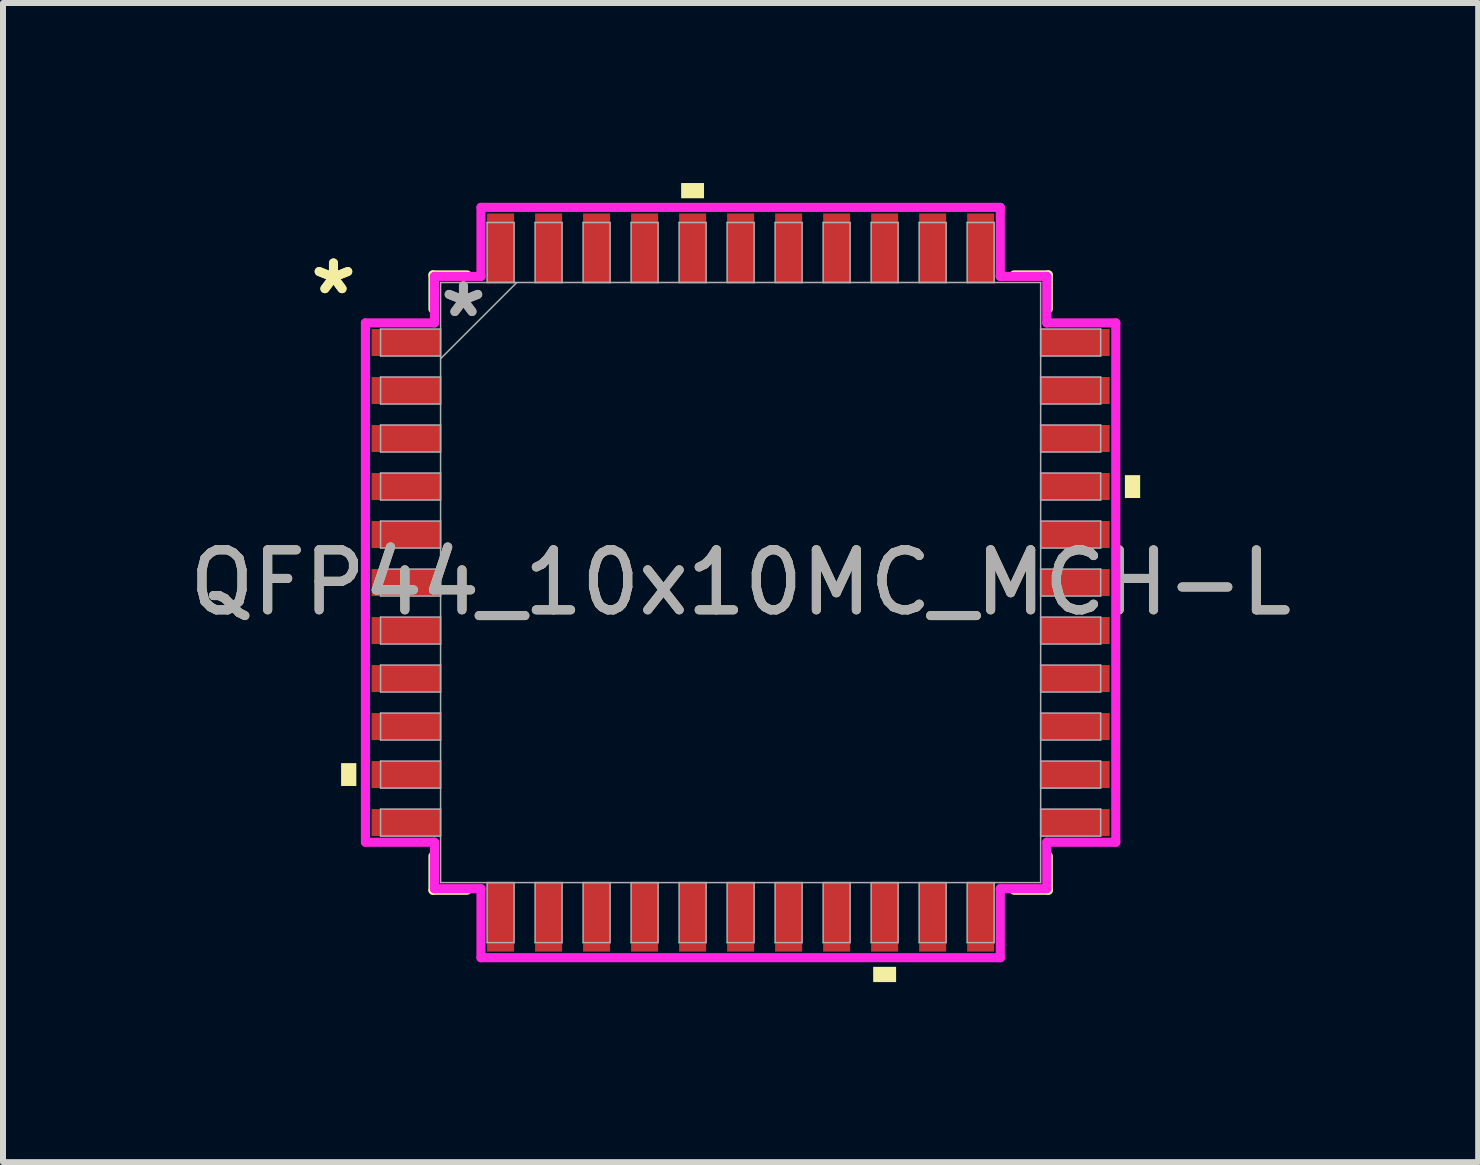
<source format=kicad_pcb>
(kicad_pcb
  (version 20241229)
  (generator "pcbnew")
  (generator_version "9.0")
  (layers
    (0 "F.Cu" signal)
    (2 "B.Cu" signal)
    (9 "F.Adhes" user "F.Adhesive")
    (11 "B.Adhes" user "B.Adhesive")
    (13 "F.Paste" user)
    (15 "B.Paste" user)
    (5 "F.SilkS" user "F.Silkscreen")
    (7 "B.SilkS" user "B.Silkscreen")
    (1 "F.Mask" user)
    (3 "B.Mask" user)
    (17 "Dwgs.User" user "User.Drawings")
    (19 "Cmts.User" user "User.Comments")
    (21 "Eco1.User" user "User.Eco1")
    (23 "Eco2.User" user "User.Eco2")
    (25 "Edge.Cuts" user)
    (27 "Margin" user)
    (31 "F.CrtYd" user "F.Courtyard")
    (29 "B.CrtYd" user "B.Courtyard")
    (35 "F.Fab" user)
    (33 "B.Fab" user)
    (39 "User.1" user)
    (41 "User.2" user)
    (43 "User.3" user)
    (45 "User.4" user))
  (footprint "QFP44_10x10MC_MCH-L"
    (layer "F.Cu")
    (at 9.292 6.658)
    (property "Reference" "QFP44_10x10MC_MCH-L" (at 0 0 0) (unlocked yes) (layer "F.SilkS") (effects (font (size 1 1) (thickness 0.15))))
    (attr smd)
    (fp_line (start -5.127 -5.127) (end -5.127 -4.558) (stroke (width 0.152) (type solid)) (layer "F.SilkS"))
    (fp_line (start -5.127 4.558) (end -5.127 5.127) (stroke (width 0.152) (type solid)) (layer "F.SilkS"))
    (fp_line (start -5.127 5.127) (end -4.558 5.127) (stroke (width 0.152) (type solid)) (layer "F.SilkS"))
    (fp_line (start -4.558 -5.127) (end -5.127 -5.127) (stroke (width 0.152) (type solid)) (layer "F.SilkS"))
    (fp_line (start 4.558 5.127) (end 5.127 5.127) (stroke (width 0.152) (type solid)) (layer "F.SilkS"))
    (fp_line (start 5.127 -5.127) (end 4.558 -5.127) (stroke (width 0.152) (type solid)) (layer "F.SilkS"))
    (fp_line (start 5.127 -4.558) (end 5.127 -5.127) (stroke (width 0.152) (type solid)) (layer "F.SilkS"))
    (fp_line (start 5.127 5.127) (end 5.127 4.558) (stroke (width 0.152) (type solid)) (layer "F.SilkS"))
    (fp_poly (pts (xy -6.658 3.009) (xy -6.658 3.39) (xy -6.404 3.39) (xy -6.404 3.009)) (stroke (width 0) (type solid)) (fill yes) (layer "F.SilkS"))
    (fp_poly (pts (xy -0.991 -6.404) (xy -0.991 -6.658) (xy -0.61 -6.658) (xy -0.61 -6.404)) (stroke (width 0) (type solid)) (fill yes) (layer "F.SilkS"))
    (fp_poly (pts (xy 2.209 6.404) (xy 2.209 6.658) (xy 2.591 6.658) (xy 2.591 6.404)) (stroke (width 0) (type solid)) (fill yes) (layer "F.SilkS"))
    (fp_poly (pts (xy 6.658 -1.79) (xy 6.658 -1.409) (xy 6.404 -1.409) (xy 6.404 -1.79)) (stroke (width 0) (type solid)) (fill yes) (layer "F.SilkS"))
    (fp_line (start -6.252 -4.327) (end -5.102 -4.327) (stroke (width 0.152) (type solid)) (layer "F.CrtYd"))
    (fp_line (start -6.252 4.327) (end -6.252 -4.327) (stroke (width 0.152) (type solid)) (layer "F.CrtYd"))
    (fp_line (start -5.102 -5.102) (end -4.327 -5.102) (stroke (width 0.152) (type solid)) (layer "F.CrtYd"))
    (fp_line (start -5.102 -4.327) (end -5.102 -5.102) (stroke (width 0.152) (type solid)) (layer "F.CrtYd"))
    (fp_line (start -5.102 4.327) (end -6.252 4.327) (stroke (width 0.152) (type solid)) (layer "F.CrtYd"))
    (fp_line (start -5.102 5.102) (end -5.102 4.327) (stroke (width 0.152) (type solid)) (layer "F.CrtYd"))
    (fp_line (start -5.102 5.102) (end -4.327 5.102) (stroke (width 0.152) (type solid)) (layer "F.CrtYd"))
    (fp_line (start -4.327 -6.252) (end 4.327 -6.252) (stroke (width 0.152) (type solid)) (layer "F.CrtYd"))
    (fp_line (start -4.327 -5.102) (end -4.327 -6.252) (stroke (width 0.152) (type solid)) (layer "F.CrtYd"))
    (fp_line (start -4.327 5.102) (end -4.327 6.252) (stroke (width 0.152) (type solid)) (layer "F.CrtYd"))
    (fp_line (start -4.327 6.252) (end 4.327 6.252) (stroke (width 0.152) (type solid)) (layer "F.CrtYd"))
    (fp_line (start 4.327 -6.252) (end 4.327 -5.102) (stroke (width 0.152) (type solid)) (layer "F.CrtYd"))
    (fp_line (start 4.327 -5.102) (end 5.102 -5.102) (stroke (width 0.152) (type solid)) (layer "F.CrtYd"))
    (fp_line (start 4.327 5.102) (end 5.102 5.102) (stroke (width 0.152) (type solid)) (layer "F.CrtYd"))
    (fp_line (start 4.327 6.252) (end 4.327 5.102) (stroke (width 0.152) (type solid)) (layer "F.CrtYd"))
    (fp_line (start 5.102 -4.327) (end 5.102 -5.102) (stroke (width 0.152) (type solid)) (layer "F.CrtYd"))
    (fp_line (start 5.102 4.327) (end 6.252 4.327) (stroke (width 0.152) (type solid)) (layer "F.CrtYd"))
    (fp_line (start 5.102 5.102) (end 5.102 4.327) (stroke (width 0.152) (type solid)) (layer "F.CrtYd"))
    (fp_line (start 6.252 -4.327) (end 5.102 -4.327) (stroke (width 0.152) (type solid)) (layer "F.CrtYd"))
    (fp_line (start 6.252 4.327) (end 6.252 -4.327) (stroke (width 0.152) (type solid)) (layer "F.CrtYd"))
    (fp_line (start -6 -4.225) (end -6 -3.775) (stroke (width 0.025) (type solid)) (layer "F.Fab"))
    (fp_line (start -6 -3.775) (end -5 -3.775) (stroke (width 0.025) (type solid)) (layer "F.Fab"))
    (fp_line (start -6 -3.425) (end -6 -2.975) (stroke (width 0.025) (type solid)) (layer "F.Fab"))
    (fp_line (start -6 -2.975) (end -5 -2.975) (stroke (width 0.025) (type solid)) (layer "F.Fab"))
    (fp_line (start -6 -2.625) (end -6 -2.175) (stroke (width 0.025) (type solid)) (layer "F.Fab"))
    (fp_line (start -6 -2.175) (end -5 -2.175) (stroke (width 0.025) (type solid)) (layer "F.Fab"))
    (fp_line (start -6 -1.825) (end -6 -1.375) (stroke (width 0.025) (type solid)) (layer "F.Fab"))
    (fp_line (start -6 -1.375) (end -5 -1.375) (stroke (width 0.025) (type solid)) (layer "F.Fab"))
    (fp_line (start -6 -1.025) (end -6 -0.575) (stroke (width 0.025) (type solid)) (layer "F.Fab"))
    (fp_line (start -6 -0.575) (end -5 -0.575) (stroke (width 0.025) (type solid)) (layer "F.Fab"))
    (fp_line (start -6 -0.225) (end -6 0.225) (stroke (width 0.025) (type solid)) (layer "F.Fab"))
    (fp_line (start -6 0.225) (end -5 0.225) (stroke (width 0.025) (type solid)) (layer "F.Fab"))
    (fp_line (start -6 0.575) (end -6 1.025) (stroke (width 0.025) (type solid)) (layer "F.Fab"))
    (fp_line (start -6 1.025) (end -5 1.025) (stroke (width 0.025) (type solid)) (layer "F.Fab"))
    (fp_line (start -6 1.375) (end -6 1.825) (stroke (width 0.025) (type solid)) (layer "F.Fab"))
    (fp_line (start -6 1.825) (end -5 1.825) (stroke (width 0.025) (type solid)) (layer "F.Fab"))
    (fp_line (start -6 2.175) (end -6 2.625) (stroke (width 0.025) (type solid)) (layer "F.Fab"))
    (fp_line (start -6 2.625) (end -5 2.625) (stroke (width 0.025) (type solid)) (layer "F.Fab"))
    (fp_line (start -6 2.975) (end -6 3.425) (stroke (width 0.025) (type solid)) (layer "F.Fab"))
    (fp_line (start -6 3.425) (end -5 3.425) (stroke (width 0.025) (type solid)) (layer "F.Fab"))
    (fp_line (start -6 3.775) (end -6 4.225) (stroke (width 0.025) (type solid)) (layer "F.Fab"))
    (fp_line (start -6 4.225) (end -5 4.225) (stroke (width 0.025) (type solid)) (layer "F.Fab"))
    (fp_line (start -5 -5) (end -5 5) (stroke (width 0.025) (type solid)) (layer "F.Fab"))
    (fp_line (start -5 -4.225) (end -6 -4.225) (stroke (width 0.025) (type solid)) (layer "F.Fab"))
    (fp_line (start -5 -3.775) (end -5 -4.225) (stroke (width 0.025) (type solid)) (layer "F.Fab"))
    (fp_line (start -5 -3.73) (end -3.73 -5) (stroke (width 0.025) (type solid)) (layer "F.Fab"))
    (fp_line (start -5 -3.425) (end -6 -3.425) (stroke (width 0.025) (type solid)) (layer "F.Fab"))
    (fp_line (start -5 -2.975) (end -5 -3.425) (stroke (width 0.025) (type solid)) (layer "F.Fab"))
    (fp_line (start -5 -2.625) (end -6 -2.625) (stroke (width 0.025) (type solid)) (layer "F.Fab"))
    (fp_line (start -5 -2.175) (end -5 -2.625) (stroke (width 0.025) (type solid)) (layer "F.Fab"))
    (fp_line (start -5 -1.825) (end -6 -1.825) (stroke (width 0.025) (type solid)) (layer "F.Fab"))
    (fp_line (start -5 -1.375) (end -5 -1.825) (stroke (width 0.025) (type solid)) (layer "F.Fab"))
    (fp_line (start -5 -1.025) (end -6 -1.025) (stroke (width 0.025) (type solid)) (layer "F.Fab"))
    (fp_line (start -5 -0.575) (end -5 -1.025) (stroke (width 0.025) (type solid)) (layer "F.Fab"))
    (fp_line (start -5 -0.225) (end -6 -0.225) (stroke (width 0.025) (type solid)) (layer "F.Fab"))
    (fp_line (start -5 0.225) (end -5 -0.225) (stroke (width 0.025) (type solid)) (layer "F.Fab"))
    (fp_line (start -5 0.575) (end -6 0.575) (stroke (width 0.025) (type solid)) (layer "F.Fab"))
    (fp_line (start -5 1.025) (end -5 0.575) (stroke (width 0.025) (type solid)) (layer "F.Fab"))
    (fp_line (start -5 1.375) (end -6 1.375) (stroke (width 0.025) (type solid)) (layer "F.Fab"))
    (fp_line (start -5 1.825) (end -5 1.375) (stroke (width 0.025) (type solid)) (layer "F.Fab"))
    (fp_line (start -5 2.175) (end -6 2.175) (stroke (width 0.025) (type solid)) (layer "F.Fab"))
    (fp_line (start -5 2.625) (end -5 2.175) (stroke (width 0.025) (type solid)) (layer "F.Fab"))
    (fp_line (start -5 2.975) (end -6 2.975) (stroke (width 0.025) (type solid)) (layer "F.Fab"))
    (fp_line (start -5 3.425) (end -5 2.975) (stroke (width 0.025) (type solid)) (layer "F.Fab"))
    (fp_line (start -5 3.775) (end -6 3.775) (stroke (width 0.025) (type solid)) (layer "F.Fab"))
    (fp_line (start -5 4.225) (end -5 3.775) (stroke (width 0.025) (type solid)) (layer "F.Fab"))
    (fp_line (start -5 5) (end 5 5) (stroke (width 0.025) (type solid)) (layer "F.Fab"))
    (fp_line (start -4.225 5) (end -4.225 6) (stroke (width 0.025) (type solid)) (layer "F.Fab"))
    (fp_line (start -4.225 6) (end -3.775 6) (stroke (width 0.025) (type solid)) (layer "F.Fab"))
    (fp_line (start -4.225 -6) (end -4.225 -5) (stroke (width 0.025) (type solid)) (layer "F.Fab"))
    (fp_line (start -4.225 -5) (end -3.775 -5) (stroke (width 0.025) (type solid)) (layer "F.Fab"))
    (fp_line (start -3.775 5) (end -4.225 5) (stroke (width 0.025) (type solid)) (layer "F.Fab"))
    (fp_line (start -3.775 6) (end -3.775 5) (stroke (width 0.025) (type solid)) (layer "F.Fab"))
    (fp_line (start -3.775 -6) (end -4.225 -6) (stroke (width 0.025) (type solid)) (layer "F.Fab"))
    (fp_line (start -3.775 -5) (end -3.775 -6) (stroke (width 0.025) (type solid)) (layer "F.Fab"))
    (fp_line (start -3.425 -6) (end -3.425 -5) (stroke (width 0.025) (type solid)) (layer "F.Fab"))
    (fp_line (start -3.425 -5) (end -2.975 -5) (stroke (width 0.025) (type solid)) (layer "F.Fab"))
    (fp_line (start -3.425 5) (end -3.425 6) (stroke (width 0.025) (type solid)) (layer "F.Fab"))
    (fp_line (start -3.425 6) (end -2.975 6) (stroke (width 0.025) (type solid)) (layer "F.Fab"))
    (fp_line (start -2.975 5) (end -3.425 5) (stroke (width 0.025) (type solid)) (layer "F.Fab"))
    (fp_line (start -2.975 6) (end -2.975 5) (stroke (width 0.025) (type solid)) (layer "F.Fab"))
    (fp_line (start -2.975 -6) (end -3.425 -6) (stroke (width 0.025) (type solid)) (layer "F.Fab"))
    (fp_line (start -2.975 -5) (end -2.975 -6) (stroke (width 0.025) (type solid)) (layer "F.Fab"))
    (fp_line (start -2.625 -6) (end -2.625 -5) (stroke (width 0.025) (type solid)) (layer "F.Fab"))
    (fp_line (start -2.625 -5) (end -2.175 -5) (stroke (width 0.025) (type solid)) (layer "F.Fab"))
    (fp_line (start -2.625 5) (end -2.625 6) (stroke (width 0.025) (type solid)) (layer "F.Fab"))
    (fp_line (start -2.625 6) (end -2.175 6) (stroke (width 0.025) (type solid)) (layer "F.Fab"))
    (fp_line (start -2.175 -6) (end -2.625 -6) (stroke (width 0.025) (type solid)) (layer "F.Fab"))
    (fp_line (start -2.175 -5) (end -2.175 -6) (stroke (width 0.025) (type solid)) (layer "F.Fab"))
    (fp_line (start -2.175 5) (end -2.625 5) (stroke (width 0.025) (type solid)) (layer "F.Fab"))
    (fp_line (start -2.175 6) (end -2.175 5) (stroke (width 0.025) (type solid)) (layer "F.Fab"))
    (fp_line (start -1.825 -6) (end -1.825 -5) (stroke (width 0.025) (type solid)) (layer "F.Fab"))
    (fp_line (start -1.825 -5) (end -1.375 -5) (stroke (width 0.025) (type solid)) (layer "F.Fab"))
    (fp_line (start -1.825 5) (end -1.825 6) (stroke (width 0.025) (type solid)) (layer "F.Fab"))
    (fp_line (start -1.825 6) (end -1.375 6) (stroke (width 0.025) (type solid)) (layer "F.Fab"))
    (fp_line (start -1.375 -6) (end -1.825 -6) (stroke (width 0.025) (type solid)) (layer "F.Fab"))
    (fp_line (start -1.375 -5) (end -1.375 -6) (stroke (width 0.025) (type solid)) (layer "F.Fab"))
    (fp_line (start -1.375 5) (end -1.825 5) (stroke (width 0.025) (type solid)) (layer "F.Fab"))
    (fp_line (start -1.375 6) (end -1.375 5) (stroke (width 0.025) (type solid)) (layer "F.Fab"))
    (fp_line (start -1.025 -6) (end -1.025 -5) (stroke (width 0.025) (type solid)) (layer "F.Fab"))
    (fp_line (start -1.025 -5) (end -0.575 -5) (stroke (width 0.025) (type solid)) (layer "F.Fab"))
    (fp_line (start -1.025 5) (end -1.025 6) (stroke (width 0.025) (type solid)) (layer "F.Fab"))
    (fp_line (start -1.025 6) (end -0.575 6) (stroke (width 0.025) (type solid)) (layer "F.Fab"))
    (fp_line (start -0.575 -6) (end -1.025 -6) (stroke (width 0.025) (type solid)) (layer "F.Fab"))
    (fp_line (start -0.575 -5) (end -0.575 -6) (stroke (width 0.025) (type solid)) (layer "F.Fab"))
    (fp_line (start -0.575 5) (end -1.025 5) (stroke (width 0.025) (type solid)) (layer "F.Fab"))
    (fp_line (start -0.575 6) (end -0.575 5) (stroke (width 0.025) (type solid)) (layer "F.Fab"))
    (fp_line (start -0.225 -6) (end -0.225 -5) (stroke (width 0.025) (type solid)) (layer "F.Fab"))
    (fp_line (start -0.225 -5) (end 0.225 -5) (stroke (width 0.025) (type solid)) (layer "F.Fab"))
    (fp_line (start -0.225 5) (end -0.225 6) (stroke (width 0.025) (type solid)) (layer "F.Fab"))
    (fp_line (start -0.225 6) (end 0.225 6) (stroke (width 0.025) (type solid)) (layer "F.Fab"))
    (fp_line (start 0.225 -6) (end -0.225 -6) (stroke (width 0.025) (type solid)) (layer "F.Fab"))
    (fp_line (start 0.225 -5) (end 0.225 -6) (stroke (width 0.025) (type solid)) (layer "F.Fab"))
    (fp_line (start 0.225 5) (end -0.225 5) (stroke (width 0.025) (type solid)) (layer "F.Fab"))
    (fp_line (start 0.225 6) (end 0.225 5) (stroke (width 0.025) (type solid)) (layer "F.Fab"))
    (fp_line (start 0.575 -6) (end 0.575 -5) (stroke (width 0.025) (type solid)) (layer "F.Fab"))
    (fp_line (start 0.575 -5) (end 1.025 -5) (stroke (width 0.025) (type solid)) (layer "F.Fab"))
    (fp_line (start 0.575 5) (end 0.575 6) (stroke (width 0.025) (type solid)) (layer "F.Fab"))
    (fp_line (start 0.575 6) (end 1.025 6) (stroke (width 0.025) (type solid)) (layer "F.Fab"))
    (fp_line (start 1.025 -6) (end 0.575 -6) (stroke (width 0.025) (type solid)) (layer "F.Fab"))
    (fp_line (start 1.025 -5) (end 1.025 -6) (stroke (width 0.025) (type solid)) (layer "F.Fab"))
    (fp_line (start 1.025 5) (end 0.575 5) (stroke (width 0.025) (type solid)) (layer "F.Fab"))
    (fp_line (start 1.025 6) (end 1.025 5) (stroke (width 0.025) (type solid)) (layer "F.Fab"))
    (fp_line (start 1.375 -6) (end 1.375 -5) (stroke (width 0.025) (type solid)) (layer "F.Fab"))
    (fp_line (start 1.375 -5) (end 1.825 -5) (stroke (width 0.025) (type solid)) (layer "F.Fab"))
    (fp_line (start 1.375 5) (end 1.375 6) (stroke (width 0.025) (type solid)) (layer "F.Fab"))
    (fp_line (start 1.375 6) (end 1.825 6) (stroke (width 0.025) (type solid)) (layer "F.Fab"))
    (fp_line (start 1.825 -6) (end 1.375 -6) (stroke (width 0.025) (type solid)) (layer "F.Fab"))
    (fp_line (start 1.825 -5) (end 1.825 -6) (stroke (width 0.025) (type solid)) (layer "F.Fab"))
    (fp_line (start 1.825 5) (end 1.375 5) (stroke (width 0.025) (type solid)) (layer "F.Fab"))
    (fp_line (start 1.825 6) (end 1.825 5) (stroke (width 0.025) (type solid)) (layer "F.Fab"))
    (fp_line (start 2.175 -6) (end 2.175 -5) (stroke (width 0.025) (type solid)) (layer "F.Fab"))
    (fp_line (start 2.175 -5) (end 2.625 -5) (stroke (width 0.025) (type solid)) (layer "F.Fab"))
    (fp_line (start 2.175 5) (end 2.175 6) (stroke (width 0.025) (type solid)) (layer "F.Fab"))
    (fp_line (start 2.175 6) (end 2.625 6) (stroke (width 0.025) (type solid)) (layer "F.Fab"))
    (fp_line (start 2.625 -6) (end 2.175 -6) (stroke (width 0.025) (type solid)) (layer "F.Fab"))
    (fp_line (start 2.625 -5) (end 2.625 -6) (stroke (width 0.025) (type solid)) (layer "F.Fab"))
    (fp_line (start 2.625 5) (end 2.175 5) (stroke (width 0.025) (type solid)) (layer "F.Fab"))
    (fp_line (start 2.625 6) (end 2.625 5) (stroke (width 0.025) (type solid)) (layer "F.Fab"))
    (fp_line (start 2.975 5) (end 2.975 6) (stroke (width 0.025) (type solid)) (layer "F.Fab"))
    (fp_line (start 2.975 6) (end 3.425 6) (stroke (width 0.025) (type solid)) (layer "F.Fab"))
    (fp_line (start 2.975 -6) (end 2.975 -5) (stroke (width 0.025) (type solid)) (layer "F.Fab"))
    (fp_line (start 2.975 -5) (end 3.425 -5) (stroke (width 0.025) (type solid)) (layer "F.Fab"))
    (fp_line (start 3.425 -6) (end 2.975 -6) (stroke (width 0.025) (type solid)) (layer "F.Fab"))
    (fp_line (start 3.425 -5) (end 3.425 -6) (stroke (width 0.025) (type solid)) (layer "F.Fab"))
    (fp_line (start 3.425 5) (end 2.975 5) (stroke (width 0.025) (type solid)) (layer "F.Fab"))
    (fp_line (start 3.425 6) (end 3.425 5) (stroke (width 0.025) (type solid)) (layer "F.Fab"))
    (fp_line (start 3.775 5) (end 3.775 6) (stroke (width 0.025) (type solid)) (layer "F.Fab"))
    (fp_line (start 3.775 6) (end 4.225 6) (stroke (width 0.025) (type solid)) (layer "F.Fab"))
    (fp_line (start 3.775 -6) (end 3.775 -5) (stroke (width 0.025) (type solid)) (layer "F.Fab"))
    (fp_line (start 3.775 -5) (end 4.225 -5) (stroke (width 0.025) (type solid)) (layer "F.Fab"))
    (fp_line (start 4.225 5) (end 3.775 5) (stroke (width 0.025) (type solid)) (layer "F.Fab"))
    (fp_line (start 4.225 6) (end 4.225 5) (stroke (width 0.025) (type solid)) (layer "F.Fab"))
    (fp_line (start 4.225 -6) (end 3.775 -6) (stroke (width 0.025) (type solid)) (layer "F.Fab"))
    (fp_line (start 4.225 -5) (end 4.225 -6) (stroke (width 0.025) (type solid)) (layer "F.Fab"))
    (fp_line (start 5 -5) (end -5 -5) (stroke (width 0.025) (type solid)) (layer "F.Fab"))
    (fp_line (start 5 -4.225) (end 5 -3.775) (stroke (width 0.025) (type solid)) (layer "F.Fab"))
    (fp_line (start 5 -3.775) (end 6 -3.775) (stroke (width 0.025) (type solid)) (layer "F.Fab"))
    (fp_line (start 5 -3.425) (end 5 -2.975) (stroke (width 0.025) (type solid)) (layer "F.Fab"))
    (fp_line (start 5 -2.975) (end 6 -2.975) (stroke (width 0.025) (type solid)) (layer "F.Fab"))
    (fp_line (start 5 -2.625) (end 5 -2.175) (stroke (width 0.025) (type solid)) (layer "F.Fab"))
    (fp_line (start 5 -2.175) (end 6 -2.175) (stroke (width 0.025) (type solid)) (layer "F.Fab"))
    (fp_line (start 5 -1.825) (end 5 -1.375) (stroke (width 0.025) (type solid)) (layer "F.Fab"))
    (fp_line (start 5 -1.375) (end 6 -1.375) (stroke (width 0.025) (type solid)) (layer "F.Fab"))
    (fp_line (start 5 -1.025) (end 5 -0.575) (stroke (width 0.025) (type solid)) (layer "F.Fab"))
    (fp_line (start 5 -0.575) (end 6 -0.575) (stroke (width 0.025) (type solid)) (layer "F.Fab"))
    (fp_line (start 5 -0.225) (end 5 0.225) (stroke (width 0.025) (type solid)) (layer "F.Fab"))
    (fp_line (start 5 0.225) (end 6 0.225) (stroke (width 0.025) (type solid)) (layer "F.Fab"))
    (fp_line (start 5 0.575) (end 5 1.025) (stroke (width 0.025) (type solid)) (layer "F.Fab"))
    (fp_line (start 5 1.025) (end 6 1.025) (stroke (width 0.025) (type solid)) (layer "F.Fab"))
    (fp_line (start 5 1.375) (end 5 1.825) (stroke (width 0.025) (type solid)) (layer "F.Fab"))
    (fp_line (start 5 1.825) (end 6 1.825) (stroke (width 0.025) (type solid)) (layer "F.Fab"))
    (fp_line (start 5 2.175) (end 5 2.625) (stroke (width 0.025) (type solid)) (layer "F.Fab"))
    (fp_line (start 5 2.625) (end 6 2.625) (stroke (width 0.025) (type solid)) (layer "F.Fab"))
    (fp_line (start 5 2.975) (end 5 3.425) (stroke (width 0.025) (type solid)) (layer "F.Fab"))
    (fp_line (start 5 3.425) (end 6 3.425) (stroke (width 0.025) (type solid)) (layer "F.Fab"))
    (fp_line (start 5 3.775) (end 5 4.225) (stroke (width 0.025) (type solid)) (layer "F.Fab"))
    (fp_line (start 5 4.225) (end 6 4.225) (stroke (width 0.025) (type solid)) (layer "F.Fab"))
    (fp_line (start 5 5) (end 5 -5) (stroke (width 0.025) (type solid)) (layer "F.Fab"))
    (fp_line (start 6 -4.225) (end 5 -4.225) (stroke (width 0.025) (type solid)) (layer "F.Fab"))
    (fp_line (start 6 -3.775) (end 6 -4.225) (stroke (width 0.025) (type solid)) (layer "F.Fab"))
    (fp_line (start 6 -3.425) (end 5 -3.425) (stroke (width 0.025) (type solid)) (layer "F.Fab"))
    (fp_line (start 6 -2.975) (end 6 -3.425) (stroke (width 0.025) (type solid)) (layer "F.Fab"))
    (fp_line (start 6 -2.625) (end 5 -2.625) (stroke (width 0.025) (type solid)) (layer "F.Fab"))
    (fp_line (start 6 -2.175) (end 6 -2.625) (stroke (width 0.025) (type solid)) (layer "F.Fab"))
    (fp_line (start 6 -1.825) (end 5 -1.825) (stroke (width 0.025) (type solid)) (layer "F.Fab"))
    (fp_line (start 6 -1.375) (end 6 -1.825) (stroke (width 0.025) (type solid)) (layer "F.Fab"))
    (fp_line (start 6 -1.025) (end 5 -1.025) (stroke (width 0.025) (type solid)) (layer "F.Fab"))
    (fp_line (start 6 -0.575) (end 6 -1.025) (stroke (width 0.025) (type solid)) (layer "F.Fab"))
    (fp_line (start 6 -0.225) (end 5 -0.225) (stroke (width 0.025) (type solid)) (layer "F.Fab"))
    (fp_line (start 6 0.225) (end 6 -0.225) (stroke (width 0.025) (type solid)) (layer "F.Fab"))
    (fp_line (start 6 0.575) (end 5 0.575) (stroke (width 0.025) (type solid)) (layer "F.Fab"))
    (fp_line (start 6 1.025) (end 6 0.575) (stroke (width 0.025) (type solid)) (layer "F.Fab"))
    (fp_line (start 6 1.375) (end 5 1.375) (stroke (width 0.025) (type solid)) (layer "F.Fab"))
    (fp_line (start 6 1.825) (end 6 1.375) (stroke (width 0.025) (type solid)) (layer "F.Fab"))
    (fp_line (start 6 2.175) (end 5 2.175) (stroke (width 0.025) (type solid)) (layer "F.Fab"))
    (fp_line (start 6 2.625) (end 6 2.175) (stroke (width 0.025) (type solid)) (layer "F.Fab"))
    (fp_line (start 6 2.975) (end 5 2.975) (stroke (width 0.025) (type solid)) (layer "F.Fab"))
    (fp_line (start 6 3.425) (end 6 2.975) (stroke (width 0.025) (type solid)) (layer "F.Fab"))
    (fp_line (start 6 3.775) (end 5 3.775) (stroke (width 0.025) (type solid)) (layer "F.Fab"))
    (fp_line (start 6 4.225) (end 6 3.775) (stroke (width 0.025) (type solid)) (layer "F.Fab"))
    (fp_text user "*" (at -6.785 -4.781 0) (unlocked yes) (layer "F.SilkS") (effects (font (size 1 1) (thickness 0.15))))
    (fp_text user "*" (at -6.785 -4.781 0) (layer "F.SilkS") (effects (font (size 1 1) (thickness 0.15))))
    (fp_text user "*" (at -4.619 -4.4 0) (unlocked yes) (layer "F.Fab") (effects (font (size 1 1) (thickness 0.15))))
    (fp_text user "*" (at -4.619 -4.4 0) (layer "F.Fab") (effects (font (size 1 1) (thickness 0.15))))
    (fp_text user "${REFERENCE}" (at 0 0 0) (unlocked yes) (layer "F.Fab") (effects (font (size 1 1) (thickness 0.15))))
    (pad "1" smd rect (at -5.575 -4 90) (size 0.45 1.15) (layers "F.Cu" "F.Mask" "F.Paste"))
    (pad "2" smd rect (at -5.575 -3.2 90) (size 0.45 1.15) (layers "F.Cu" "F.Mask" "F.Paste"))
    (pad "3" smd rect (at -5.575 -2.4 90) (size 0.45 1.15) (layers "F.Cu" "F.Mask" "F.Paste"))
    (pad "4" smd rect (at -5.575 -1.6 90) (size 0.45 1.15) (layers "F.Cu" "F.Mask" "F.Paste"))
    (pad "5" smd rect (at -5.575 -0.8 90) (size 0.45 1.15) (layers "F.Cu" "F.Mask" "F.Paste"))
    (pad "6" smd rect (at -5.575 0 90) (size 0.45 1.15) (layers "F.Cu" "F.Mask" "F.Paste"))
    (pad "7" smd rect (at -5.575 0.8 90) (size 0.45 1.15) (layers "F.Cu" "F.Mask" "F.Paste"))
    (pad "8" smd rect (at -5.575 1.6 90) (size 0.45 1.15) (layers "F.Cu" "F.Mask" "F.Paste"))
    (pad "9" smd rect (at -5.575 2.4 90) (size 0.45 1.15) (layers "F.Cu" "F.Mask" "F.Paste"))
    (pad "10" smd rect (at -5.575 3.2 90) (size 0.45 1.15) (layers "F.Cu" "F.Mask" "F.Paste"))
    (pad "11" smd rect (at -5.575 4 90) (size 0.45 1.15) (layers "F.Cu" "F.Mask" "F.Paste"))
    (pad "12" smd rect (at -4 5.575) (size 0.45 1.15) (layers "F.Cu" "F.Mask" "F.Paste"))
    (pad "13" smd rect (at -3.2 5.575) (size 0.45 1.15) (layers "F.Cu" "F.Mask" "F.Paste"))
    (pad "14" smd rect (at -2.4 5.575) (size 0.45 1.15) (layers "F.Cu" "F.Mask" "F.Paste"))
    (pad "15" smd rect (at -1.6 5.575) (size 0.45 1.15) (layers "F.Cu" "F.Mask" "F.Paste"))
    (pad "16" smd rect (at -0.8 5.575) (size 0.45 1.15) (layers "F.Cu" "F.Mask" "F.Paste"))
    (pad "17" smd rect (at 0 5.575) (size 0.45 1.15) (layers "F.Cu" "F.Mask" "F.Paste"))
    (pad "18" smd rect (at 0.8 5.575) (size 0.45 1.15) (layers "F.Cu" "F.Mask" "F.Paste"))
    (pad "19" smd rect (at 1.6 5.575) (size 0.45 1.15) (layers "F.Cu" "F.Mask" "F.Paste"))
    (pad "20" smd rect (at 2.4 5.575) (size 0.45 1.15) (layers "F.Cu" "F.Mask" "F.Paste"))
    (pad "21" smd rect (at 3.2 5.575) (size 0.45 1.15) (layers "F.Cu" "F.Mask" "F.Paste"))
    (pad "22" smd rect (at 4 5.575) (size 0.45 1.15) (layers "F.Cu" "F.Mask" "F.Paste"))
    (pad "23" smd rect (at 5.575 4 90) (size 0.45 1.15) (layers "F.Cu" "F.Mask" "F.Paste"))
    (pad "24" smd rect (at 5.575 3.2 90) (size 0.45 1.15) (layers "F.Cu" "F.Mask" "F.Paste"))
    (pad "25" smd rect (at 5.575 2.4 90) (size 0.45 1.15) (layers "F.Cu" "F.Mask" "F.Paste"))
    (pad "26" smd rect (at 5.575 1.6 90) (size 0.45 1.15) (layers "F.Cu" "F.Mask" "F.Paste"))
    (pad "27" smd rect (at 5.575 0.8 90) (size 0.45 1.15) (layers "F.Cu" "F.Mask" "F.Paste"))
    (pad "28" smd rect (at 5.575 0 90) (size 0.45 1.15) (layers "F.Cu" "F.Mask" "F.Paste"))
    (pad "29" smd rect (at 5.575 -0.8 90) (size 0.45 1.15) (layers "F.Cu" "F.Mask" "F.Paste"))
    (pad "30" smd rect (at 5.575 -1.6 90) (size 0.45 1.15) (layers "F.Cu" "F.Mask" "F.Paste"))
    (pad "31" smd rect (at 5.575 -2.4 90) (size 0.45 1.15) (layers "F.Cu" "F.Mask" "F.Paste"))
    (pad "32" smd rect (at 5.575 -3.2 90) (size 0.45 1.15) (layers "F.Cu" "F.Mask" "F.Paste"))
    (pad "33" smd rect (at 5.575 -4 90) (size 0.45 1.15) (layers "F.Cu" "F.Mask" "F.Paste"))
    (pad "34" smd rect (at 4 -5.575) (size 0.45 1.15) (layers "F.Cu" "F.Mask" "F.Paste"))
    (pad "35" smd rect (at 3.2 -5.575) (size 0.45 1.15) (layers "F.Cu" "F.Mask" "F.Paste"))
    (pad "36" smd rect (at 2.4 -5.575) (size 0.45 1.15) (layers "F.Cu" "F.Mask" "F.Paste"))
    (pad "37" smd rect (at 1.6 -5.575) (size 0.45 1.15) (layers "F.Cu" "F.Mask" "F.Paste"))
    (pad "38" smd rect (at 0.8 -5.575) (size 0.45 1.15) (layers "F.Cu" "F.Mask" "F.Paste"))
    (pad "39" smd rect (at 0 -5.575) (size 0.45 1.15) (layers "F.Cu" "F.Mask" "F.Paste"))
    (pad "40" smd rect (at -0.8 -5.575) (size 0.45 1.15) (layers "F.Cu" "F.Mask" "F.Paste"))
    (pad "41" smd rect (at -1.6 -5.575) (size 0.45 1.15) (layers "F.Cu" "F.Mask" "F.Paste"))
    (pad "42" smd rect (at -2.4 -5.575) (size 0.45 1.15) (layers "F.Cu" "F.Mask" "F.Paste"))
    (pad "43" smd rect (at -3.2 -5.575) (size 0.45 1.15) (layers "F.Cu" "F.Mask" "F.Paste"))
    (pad "44" smd rect (at -4 -5.575) (size 0.45 1.15) (layers "F.Cu" "F.Mask" "F.Paste")))
  (gr_rect
    (start -3 -3)
    (end 21.583 16.316)
    (stroke (width 0.1) (type default))
    (fill no)
    (layer "Edge.Cuts")))
</source>
